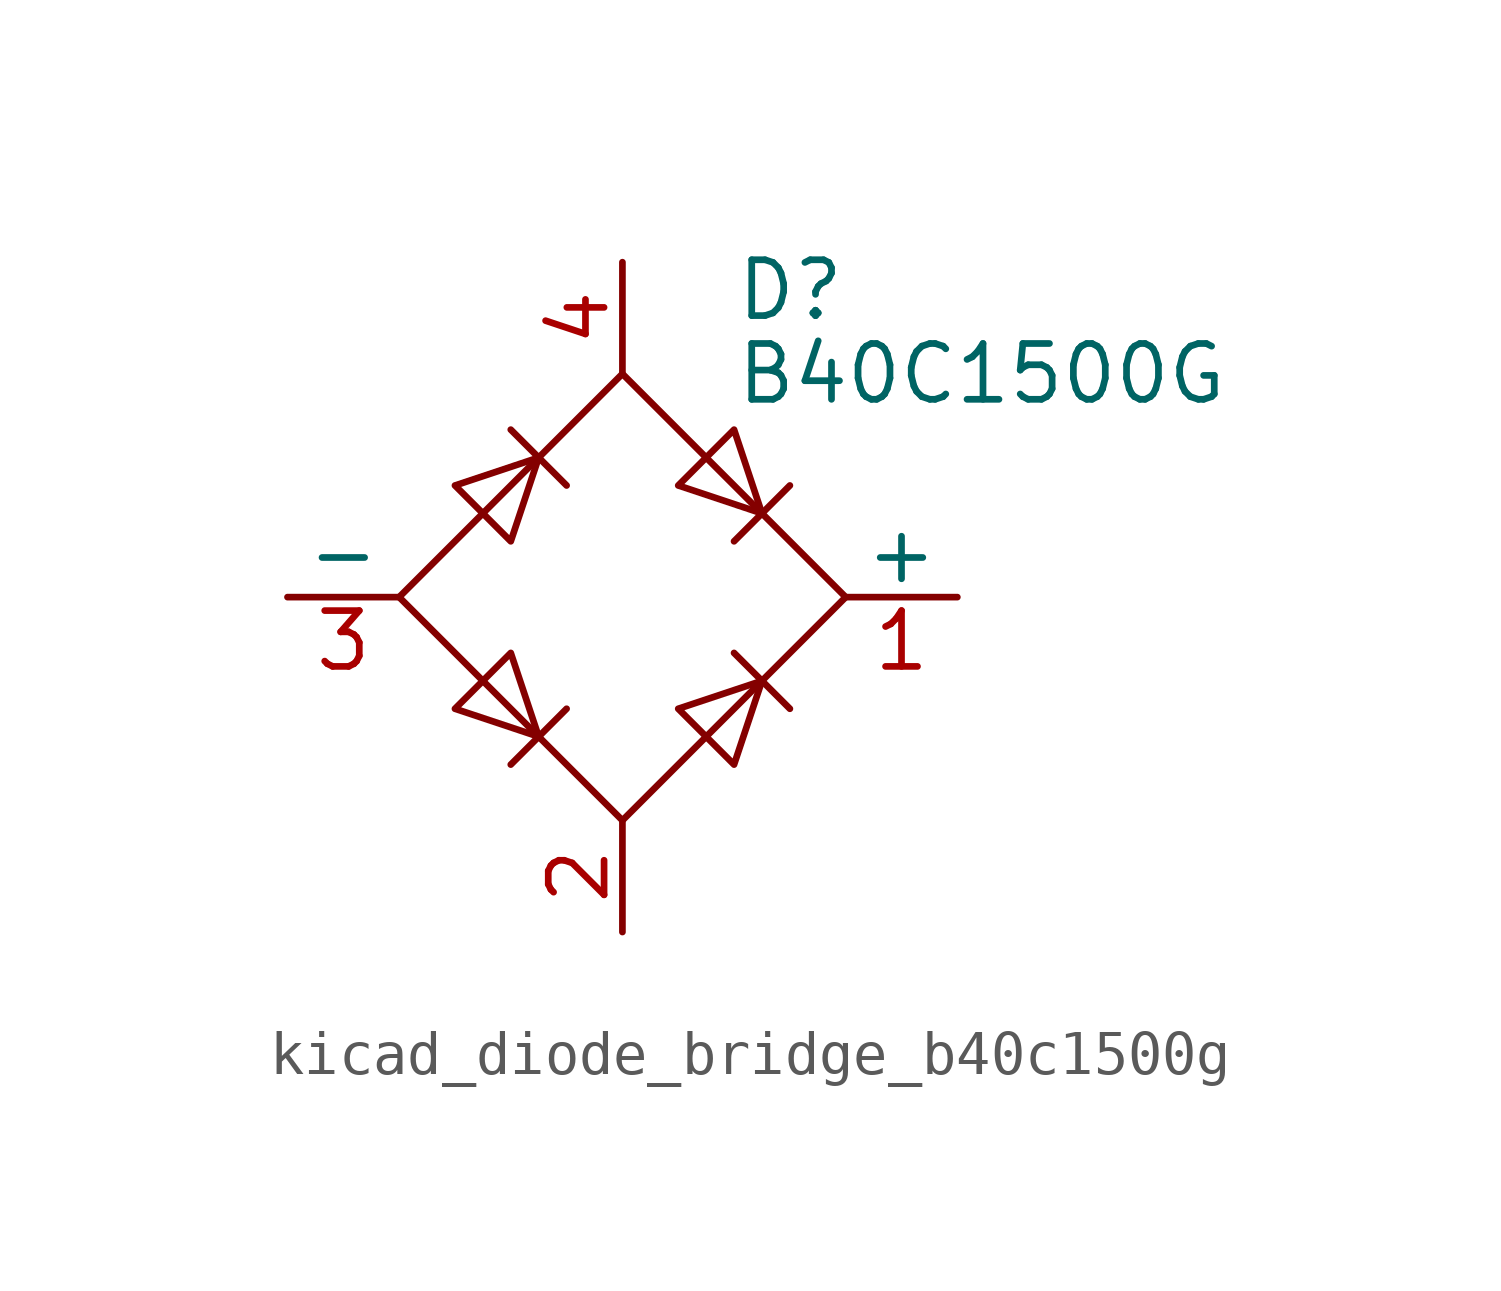
<source format=kicad_sym>
(kicad_symbol_lib
  (version 20220914)
  (generator kicad_symbol_editor)
  (symbol "kicad_diode_bridge_b40c1500g"
    (pin_names
      (offset 0))
    (property "Reference" "D"
      (at 2.54 6.985 0)
      (effects (font (size 1.27 1.27)) (justify left)))
    (property "Value" "B40C1500G"
      (at 2.54 5.08 0)
      (effects (font (size 1.27 1.27)) (justify left)))
    (symbol "kicad_diode_bridge_b40c1500g_0_1"
      (polyline (pts (xy -2.54 3.81) (xy -1.27 2.54)) (stroke (width 0) (type default)) (fill (type none)))
      (polyline (pts (xy -1.27 -2.54) (xy -2.54 -3.81)) (stroke (width 0) (type default)) (fill (type none)))
      (polyline (pts (xy 2.54 -1.27) (xy 3.81 -2.54)) (stroke (width 0) (type default)) (fill (type none)))
      (polyline (pts (xy 2.54 1.27) (xy 3.81 2.54)) (stroke (width 0) (type default)) (fill (type none)))
      (polyline (pts (xy -3.81 2.54) (xy -2.54 1.27) (xy -1.905 3.175) (xy -3.81 2.54)) (stroke (width 0) (type default)) (fill (type none)))
      (polyline (pts (xy -2.54 -1.27) (xy -3.81 -2.54) (xy -1.905 -3.175) (xy -2.54 -1.27)) (stroke (width 0) (type default)) (fill (type none)))
      (polyline (pts (xy 1.27 2.54) (xy 2.54 3.81) (xy 3.175 1.905) (xy 1.27 2.54)) (stroke (width 0) (type default)) (fill (type none)))
      (polyline (pts (xy 3.175 -1.905) (xy 1.27 -2.54) (xy 2.54 -3.81) (xy 3.175 -1.905)) (stroke (width 0) (type default)) (fill (type none)))
      (polyline (pts (xy -5.08 0) (xy 0 -5.08) (xy 5.08 0) (xy 0 5.08) (xy -5.08 0)) (stroke (width 0) (type default)) (fill (type none))))
    (symbol "kicad_diode_bridge_b40c1500g_1_1"
      (pin passive line (at 7.62 0 180) (length 2.54) (name "+" (effects (font (size 1.27 1.27)))) (number "1" (effects (font (size 1.27 1.27)))))
      (pin passive line (at 0 -7.62 90) (length 2.54) (name "~" (effects (font (size 1.27 1.27)))) (number "2" (effects (font (size 1.27 1.27)))))
      (pin passive line (at -7.62 0 0) (length 2.54) (name "-" (effects (font (size 1.27 1.27)))) (number "3" (effects (font (size 1.27 1.27)))))
      (pin passive line (at 0 7.62 270) (length 2.54) (name "~" (effects (font (size 1.27 1.27)))) (number "4" (effects (font (size 1.27 1.27))))))))
</source>
